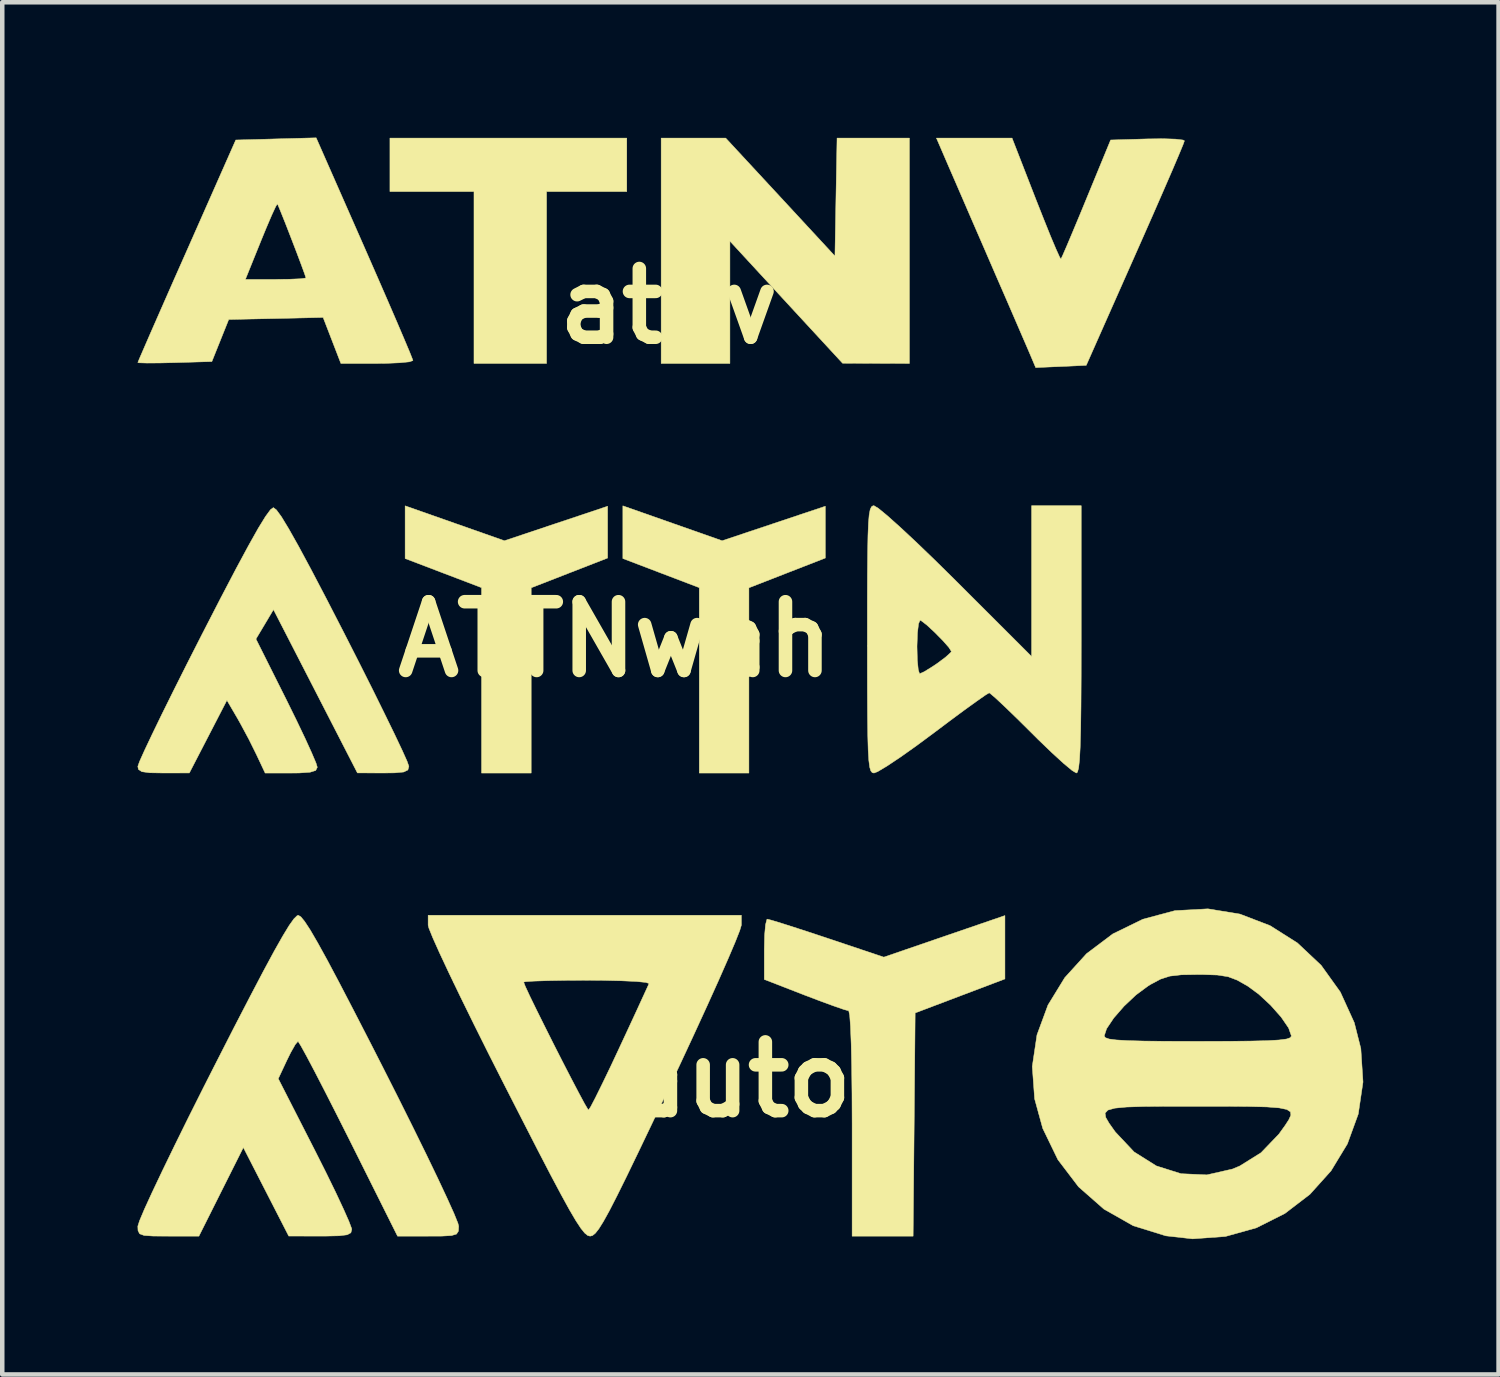
<source format=kicad_pcb>
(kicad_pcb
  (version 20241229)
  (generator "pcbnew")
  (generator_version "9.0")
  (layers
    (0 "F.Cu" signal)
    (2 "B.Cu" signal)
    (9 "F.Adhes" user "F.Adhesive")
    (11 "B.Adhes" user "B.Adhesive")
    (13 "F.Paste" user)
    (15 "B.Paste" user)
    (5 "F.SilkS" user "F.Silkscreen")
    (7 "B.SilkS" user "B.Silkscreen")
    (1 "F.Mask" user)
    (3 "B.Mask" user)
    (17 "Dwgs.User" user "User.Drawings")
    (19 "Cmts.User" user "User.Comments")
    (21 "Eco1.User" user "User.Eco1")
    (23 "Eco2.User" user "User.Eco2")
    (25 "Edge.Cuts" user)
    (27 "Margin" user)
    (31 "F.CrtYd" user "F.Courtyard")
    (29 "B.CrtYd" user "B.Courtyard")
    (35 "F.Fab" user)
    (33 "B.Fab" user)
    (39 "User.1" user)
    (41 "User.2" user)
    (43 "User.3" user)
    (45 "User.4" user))
  (footprint "atnv"
    (layer "F.Cu")
    (at 11.774 3.736)
    (property "Reference" "atnv" (at 0 0 0) (layer "F.SilkS") (effects (font (size 1.524 1.524) (thickness 0.3))))
    (attr through_hole)
    (fp_poly (pts (xy -0.931 -2.54) (xy -2.709 -2.54) (xy -2.709 1.27) (xy -4.318 1.27) (xy -4.318 -2.54) (xy -6.181 -2.54) (xy -6.181 -3.725) (xy -0.931 -3.725) (xy -0.931 -2.54)) (stroke (width 0.01) (type solid)) (fill yes) (layer "F.SilkS"))
    (fp_poly (pts (xy 2.473 -2.418) (xy 3.683 -1.11) (xy 3.706 -2.418) (xy 3.73 -3.725) (xy 5.334 -3.725) (xy 5.334 1.27) (xy 4.593 1.268) (xy 3.852 1.265) (xy 2.603 -0.088) (xy 1.355 -1.441) (xy 1.355 1.27) (xy -0.169 1.27) (xy -0.169 -3.725) (xy 1.262 -3.725) (xy 2.473 -2.418)) (stroke (width 0.01) (type solid)) (fill yes) (layer "F.SilkS"))
    (fp_poly (pts (xy 8.136 -2.37) (xy 8.31 -1.93) (xy 8.462 -1.552) (xy 8.584 -1.263) (xy 8.664 -1.087) (xy 8.692 -1.044) (xy 8.732 -1.128) (xy 8.825 -1.342) (xy 8.959 -1.66) (xy 9.124 -2.055) (xy 9.257 -2.378) (xy 9.794 -3.683) (xy 10.612 -3.707) (xy 10.961 -3.711) (xy 11.235 -3.702) (xy 11.4 -3.682) (xy 11.43 -3.665) (xy 11.397 -3.574) (xy 11.303 -3.347) (xy 11.157 -3.004) (xy 10.966 -2.564) (xy 10.739 -2.044) (xy 10.484 -1.466) (xy 10.341 -1.143) (xy 9.253 1.312) (xy 8.133 1.362) (xy 8.015 1.083) (xy 7.946 0.922) (xy 7.821 0.633) (xy 7.654 0.246) (xy 7.456 -0.211) (xy 7.239 -0.709) (xy 7.198 -0.804) (xy 6.966 -1.34) (xy 6.735 -1.871) (xy 6.524 -2.359) (xy 6.347 -2.768) (xy 6.22 -3.06) (xy 6.216 -3.069) (xy 5.933 -3.725) (xy 7.609 -3.725) (xy 8.136 -2.37)) (stroke (width 0.01) (type solid)) (fill yes) (layer "F.SilkS"))
    (fp_poly (pts (xy -6.743 -1.294) (xy -6.48 -0.694) (xy -6.24 -0.143) (xy -6.032 0.338) (xy -5.864 0.732) (xy -5.743 1.019) (xy -5.68 1.179) (xy -5.671 1.206) (xy -5.75 1.234) (xy -5.962 1.255) (xy -6.269 1.268) (xy -6.47 1.27) (xy -7.268 1.27) (xy -7.465 0.76) (xy -7.662 0.25) (xy -8.708 0.273) (xy -9.754 0.296) (xy -9.941 0.762) (xy -10.128 1.228) (xy -10.948 1.252) (xy -11.297 1.26) (xy -11.573 1.261) (xy -11.738 1.256) (xy -11.769 1.25) (xy -11.736 1.169) (xy -11.642 0.952) (xy -11.497 0.618) (xy -11.307 0.185) (xy -11.081 -0.329) (xy -10.965 -0.593) (xy -9.385 -0.593) (xy -8.714 -0.593) (xy -8.401 -0.597) (xy -8.166 -0.607) (xy -8.049 -0.622) (xy -8.043 -0.627) (xy -8.072 -0.716) (xy -8.147 -0.921) (xy -8.252 -1.2) (xy -8.372 -1.512) (xy -8.49 -1.816) (xy -8.591 -2.069) (xy -8.658 -2.231) (xy -8.676 -2.268) (xy -8.714 -2.205) (xy -8.802 -2.015) (xy -8.924 -1.729) (xy -9.042 -1.442) (xy -9.385 -0.593) (xy -10.965 -0.593) (xy -10.827 -0.904) (xy -10.683 -1.229) (xy -9.598 -3.683) (xy -8.707 -3.707) (xy -7.816 -3.731) (xy -6.743 -1.294)) (stroke (width 0.01) (type solid)) (fill yes) (layer "F.SilkS")))
  (footprint "ATTNwah"
    (layer "F.Cu")
    (at 10.587 11.122)
    (property "Reference" "ATTNwah" (at 0 0 0) (layer "F.SilkS") (effects (font (size 1.524 1.524) (thickness 0.3))))
    (attr through_hole)
    (fp_poly (pts (xy -3.556 -2.573) (xy -2.456 -2.186) (xy -0.169 -2.951) (xy -0.169 -1.803) (xy -1.016 -1.473) (xy -1.863 -1.143) (xy -1.863 2.963) (xy -2.963 2.963) (xy -2.963 -1.146) (xy -3.81 -1.469) (xy -4.657 -1.792) (xy -4.657 -2.96) (xy -3.556 -2.573)) (stroke (width 0.01) (type solid)) (fill yes) (layer "F.SilkS"))
    (fp_poly (pts (xy 1.27 -2.573) (xy 2.37 -2.186) (xy 4.657 -2.951) (xy 4.657 -1.803) (xy 3.81 -1.473) (xy 2.963 -1.143) (xy 2.963 2.963) (xy 1.863 2.963) (xy 1.863 -1.146) (xy 1.016 -1.469) (xy 0.169 -1.792) (xy 0.169 -2.96) (xy 1.27 -2.573)) (stroke (width 0.01) (type solid)) (fill yes) (layer "F.SilkS"))
    (fp_poly (pts (xy -7.511 -2.871) (xy -7.399 -2.718) (xy -7.237 -2.451) (xy -7.019 -2.064) (xy -6.742 -1.549) (xy -6.4 -0.896) (xy -6.004 -0.127) (xy -5.679 0.512) (xy -5.38 1.107) (xy -5.116 1.642) (xy -4.894 2.097) (xy -4.724 2.456) (xy -4.614 2.701) (xy -4.574 2.814) (xy -4.574 2.815) (xy -4.596 2.895) (xy -4.688 2.94) (xy -4.886 2.959) (xy -5.144 2.962) (xy -5.715 2.96) (xy -6.645 1.15) (xy -7.575 -0.66) (xy -7.769 -0.334) (xy -7.964 -0.008) (xy -7.284 1.35) (xy -7.065 1.795) (xy -6.875 2.193) (xy -6.727 2.518) (xy -6.632 2.742) (xy -6.604 2.835) (xy -6.639 2.906) (xy -6.764 2.945) (xy -7.011 2.962) (xy -7.182 2.963) (xy -7.76 2.963) (xy -7.954 2.551) (xy -8.121 2.214) (xy -8.312 1.859) (xy -8.377 1.744) (xy -8.607 1.35) (xy -9.44 2.961) (xy -10.012 2.962) (xy -10.319 2.957) (xy -10.493 2.933) (xy -10.569 2.882) (xy -10.582 2.815) (xy -10.544 2.708) (xy -10.437 2.469) (xy -10.269 2.114) (xy -10.05 1.662) (xy -9.787 1.131) (xy -9.489 0.537) (xy -9.165 -0.1) (xy -9.151 -0.127) (xy -8.743 -0.92) (xy -8.404 -1.567) (xy -8.128 -2.079) (xy -7.913 -2.462) (xy -7.752 -2.724) (xy -7.641 -2.875) (xy -7.578 -2.921) (xy -7.511 -2.871)) (stroke (width 0.01) (type solid)) (fill yes) (layer "F.SilkS"))
    (fp_poly (pts (xy 10.329 0) (xy 10.328 0.818) (xy 10.324 1.481) (xy 10.317 2.002) (xy 10.306 2.395) (xy 10.291 2.673) (xy 10.271 2.852) (xy 10.246 2.943) (xy 10.222 2.963) (xy 10.127 2.906) (xy 9.938 2.749) (xy 9.679 2.512) (xy 9.373 2.218) (xy 9.229 2.074) (xy 8.914 1.762) (xy 8.641 1.498) (xy 8.433 1.303) (xy 8.31 1.198) (xy 8.289 1.185) (xy 8.207 1.234) (xy 8.014 1.369) (xy 7.731 1.573) (xy 7.383 1.831) (xy 7.06 2.074) (xy 6.667 2.365) (xy 6.312 2.616) (xy 6.021 2.81) (xy 5.818 2.931) (xy 5.736 2.963) (xy 5.697 2.954) (xy 5.665 2.915) (xy 5.64 2.831) (xy 5.621 2.684) (xy 5.607 2.459) (xy 5.598 2.139) (xy 5.592 1.708) (xy 5.589 1.148) (xy 5.588 0.445) (xy 5.588 0.169) (xy 6.689 0.169) (xy 6.696 0.461) (xy 6.717 0.673) (xy 6.745 0.762) (xy 6.748 0.762) (xy 6.847 0.718) (xy 7.03 0.605) (xy 7.129 0.539) (xy 7.32 0.397) (xy 7.435 0.293) (xy 7.451 0.267) (xy 7.394 0.177) (xy 7.255 0.02) (xy 7.076 -0.161) (xy 6.904 -0.32) (xy 6.781 -0.414) (xy 6.756 -0.423) (xy 6.723 -0.346) (xy 6.699 -0.142) (xy 6.689 0.146) (xy 6.689 0.169) (xy 5.588 0.169) (xy 5.588 0) (xy 5.588 -0.788) (xy 5.59 -1.423) (xy 5.595 -1.922) (xy 5.602 -2.3) (xy 5.613 -2.574) (xy 5.629 -2.761) (xy 5.651 -2.877) (xy 5.679 -2.938) (xy 5.714 -2.961) (xy 5.735 -2.963) (xy 5.832 -2.905) (xy 6.03 -2.742) (xy 6.313 -2.489) (xy 6.665 -2.161) (xy 7.068 -1.773) (xy 7.506 -1.342) (xy 7.556 -1.292) (xy 9.229 0.379) (xy 9.229 -2.963) (xy 10.329 -2.963) (xy 10.329 0)) (stroke (width 0.01) (type solid)) (fill yes) (layer "F.SilkS")))
  (footprint "auto"
    (layer "F.Cu")
    (at 13.298 20.879)
    (property "Reference" "auto" (at 0 0 0) (layer "F.SilkS") (effects (font (size 1.524 1.524) (thickness 0.3))))
    (attr through_hole)
    (fp_poly (pts (xy 5.927 -2.23) (xy 4.932 -1.853) (xy 3.937 -1.476) (xy 3.915 0.998) (xy 3.892 3.471) (xy 2.54 3.471) (xy 2.54 0.974) (xy 2.537 0.299) (xy 2.53 -0.296) (xy 2.519 -0.793) (xy 2.504 -1.175) (xy 2.486 -1.424) (xy 2.465 -1.523) (xy 2.463 -1.524) (xy 2.357 -1.553) (xy 2.129 -1.632) (xy 1.813 -1.748) (xy 1.489 -1.871) (xy 0.593 -2.219) (xy 0.593 -2.887) (xy 0.6 -3.2) (xy 0.621 -3.434) (xy 0.651 -3.55) (xy 0.659 -3.556) (xy 0.759 -3.53) (xy 0.989 -3.46) (xy 1.322 -3.353) (xy 1.729 -3.22) (xy 1.984 -3.135) (xy 3.242 -2.713) (xy 4.584 -3.174) (xy 5.927 -3.635) (xy 5.927 -2.23)) (stroke (width 0.01) (type solid)) (fill yes) (layer "F.SilkS"))
    (fp_poly (pts (xy 0.085 -3.423) (xy 0.049 -3.303) (xy -0.052 -3.047) (xy -0.212 -2.671) (xy -0.422 -2.194) (xy -0.676 -1.631) (xy -0.966 -0.999) (xy -1.284 -0.316) (xy -1.496 0.133) (xy -1.88 0.943) (xy -2.2 1.612) (xy -2.462 2.154) (xy -2.674 2.582) (xy -2.841 2.908) (xy -2.973 3.146) (xy -3.074 3.308) (xy -3.152 3.407) (xy -3.215 3.458) (xy -3.268 3.471) (xy -3.322 3.456) (xy -3.387 3.403) (xy -3.472 3.298) (xy -3.583 3.129) (xy -3.727 2.884) (xy -3.911 2.549) (xy -4.143 2.113) (xy -4.429 1.562) (xy -4.777 0.883) (xy -5.159 0.136) (xy -5.514 -0.565) (xy -5.844 -1.227) (xy -6.141 -1.832) (xy -6.299 -2.16) (xy -4.741 -2.16) (xy -4.705 -2.067) (xy -4.607 -1.855) (xy -4.46 -1.553) (xy -4.28 -1.191) (xy -4.082 -0.796) (xy -3.879 -0.397) (xy -3.686 -0.023) (xy -3.518 0.298) (xy -3.39 0.536) (xy -3.315 0.663) (xy -3.303 0.676) (xy -3.255 0.603) (xy -3.149 0.4) (xy -2.997 0.092) (xy -2.81 -0.296) (xy -2.625 -0.691) (xy -2.418 -1.136) (xy -2.236 -1.529) (xy -2.092 -1.843) (xy -1.996 -2.052) (xy -1.961 -2.129) (xy -2.032 -2.153) (xy -2.244 -2.174) (xy -2.572 -2.189) (xy -2.988 -2.199) (xy -3.337 -2.201) (xy -3.803 -2.199) (xy -4.204 -2.192) (xy -4.512 -2.182) (xy -4.698 -2.17) (xy -4.741 -2.16) (xy -6.299 -2.16) (xy -6.397 -2.363) (xy -6.604 -2.805) (xy -6.754 -3.14) (xy -6.84 -3.353) (xy -6.858 -3.42) (xy -6.858 -3.641) (xy 0.085 -3.641) (xy 0.085 -3.423)) (stroke (width 0.01) (type solid)) (fill yes) (layer "F.SilkS"))
    (fp_poly (pts (xy -9.68 -3.608) (xy -9.594 -3.503) (xy -9.471 -3.315) (xy -9.307 -3.033) (xy -9.094 -2.647) (xy -8.828 -2.146) (xy -8.502 -1.519) (xy -8.11 -0.757) (xy -7.88 -0.306) (xy -7.525 0.396) (xy -7.195 1.058) (xy -6.898 1.662) (xy -6.642 2.194) (xy -6.435 2.636) (xy -6.284 2.971) (xy -6.198 3.184) (xy -6.181 3.25) (xy -6.187 3.36) (xy -6.229 3.425) (xy -6.34 3.458) (xy -6.556 3.47) (xy -6.858 3.471) (xy -7.536 3.471) (xy -8.614 1.312) (xy -8.893 0.758) (xy -9.149 0.255) (xy -9.371 -0.175) (xy -9.55 -0.514) (xy -9.676 -0.743) (xy -9.739 -0.844) (xy -9.743 -0.847) (xy -9.803 -0.777) (xy -9.905 -0.597) (xy -9.986 -0.433) (xy -10.18 -0.019) (xy -9.365 1.578) (xy -9.122 2.061) (xy -8.908 2.499) (xy -8.735 2.869) (xy -8.613 3.145) (xy -8.554 3.302) (xy -8.551 3.323) (xy -8.571 3.397) (xy -8.653 3.441) (xy -8.829 3.463) (xy -9.133 3.47) (xy -9.25 3.47) (xy -9.948 3.469) (xy -10.451 2.488) (xy -10.954 1.506) (xy -11.447 2.489) (xy -11.939 3.471) (xy -12.616 3.471) (xy -12.952 3.469) (xy -13.153 3.456) (xy -13.253 3.419) (xy -13.289 3.348) (xy -13.293 3.25) (xy -13.255 3.13) (xy -13.148 2.876) (xy -12.978 2.505) (xy -12.754 2.033) (xy -12.484 1.476) (xy -12.176 0.851) (xy -11.837 0.175) (xy -11.593 -0.306) (xy -11.166 -1.143) (xy -10.806 -1.838) (xy -10.51 -2.402) (xy -10.27 -2.847) (xy -10.081 -3.181) (xy -9.938 -3.416) (xy -9.833 -3.563) (xy -9.762 -3.632) (xy -9.737 -3.641) (xy -9.68 -3.608)) (stroke (width 0.01) (type solid)) (fill yes) (layer "F.SilkS"))
    (fp_poly (pts (xy 11.136 -3.668) (xy 11.803 -3.412) (xy 12.409 -3.029) (xy 12.936 -2.533) (xy 13.362 -1.939) (xy 13.671 -1.26) (xy 13.816 -0.687) (xy 13.864 0.055) (xy 13.759 0.764) (xy 13.518 1.426) (xy 13.155 2.024) (xy 12.688 2.543) (xy 12.132 2.969) (xy 11.502 3.286) (xy 10.815 3.478) (xy 10.087 3.531) (xy 9.492 3.464) (xy 8.77 3.24) (xy 8.121 2.872) (xy 7.559 2.378) (xy 7.101 1.776) (xy 6.765 1.082) (xy 6.672 0.744) (xy 8.147 0.744) (xy 8.161 0.838) (xy 8.234 0.965) (xy 8.351 1.13) (xy 8.374 1.162) (xy 8.79 1.604) (xy 9.285 1.915) (xy 9.832 2.087) (xy 10.403 2.113) (xy 10.969 1.984) (xy 11.134 1.915) (xy 11.603 1.622) (xy 11.998 1.211) (xy 12.137 1.018) (xy 12.22 0.89) (xy 12.265 0.79) (xy 12.256 0.716) (xy 12.175 0.663) (xy 12.007 0.628) (xy 11.735 0.607) (xy 11.341 0.597) (xy 10.81 0.593) (xy 10.202 0.593) (xy 9.528 0.593) (xy 9.007 0.597) (xy 8.624 0.609) (xy 8.363 0.634) (xy 8.21 0.677) (xy 8.147 0.744) (xy 6.672 0.744) (xy 6.585 0.427) (xy 6.533 -0.29) (xy 6.634 -0.967) (xy 8.128 -0.967) (xy 8.151 -0.929) (xy 8.234 -0.899) (xy 8.394 -0.878) (xy 8.649 -0.863) (xy 9.018 -0.853) (xy 9.519 -0.848) (xy 10.171 -0.847) (xy 10.202 -0.847) (xy 10.861 -0.848) (xy 11.368 -0.853) (xy 11.742 -0.862) (xy 12.002 -0.877) (xy 12.166 -0.898) (xy 12.251 -0.927) (xy 12.277 -0.965) (xy 12.277 -0.967) (xy 12.214 -1.145) (xy 12.05 -1.384) (xy 11.818 -1.646) (xy 11.552 -1.893) (xy 11.306 -2.073) (xy 11.077 -2.203) (xy 10.873 -2.28) (xy 10.636 -2.317) (xy 10.305 -2.328) (xy 10.202 -2.328) (xy 9.838 -2.322) (xy 9.584 -2.293) (xy 9.378 -2.227) (xy 9.16 -2.111) (xy 9.098 -2.073) (xy 8.831 -1.875) (xy 8.567 -1.626) (xy 8.339 -1.364) (xy 8.181 -1.128) (xy 8.128 -0.967) (xy 6.634 -0.967) (xy 6.637 -0.989) (xy 6.881 -1.651) (xy 7.253 -2.258) (xy 7.737 -2.791) (xy 8.319 -3.229) (xy 8.985 -3.554) (xy 9.695 -3.744) (xy 10.427 -3.784) (xy 11.136 -3.668)) (stroke (width 0.01) (type solid)) (fill yes) (layer "F.SilkS")))
  (gr_rect
    (start -3 -3)
    (end 30.167 27.416)
    (stroke (width 0.1) (type default))
    (fill no)
    (layer "Edge.Cuts")))
</source>
